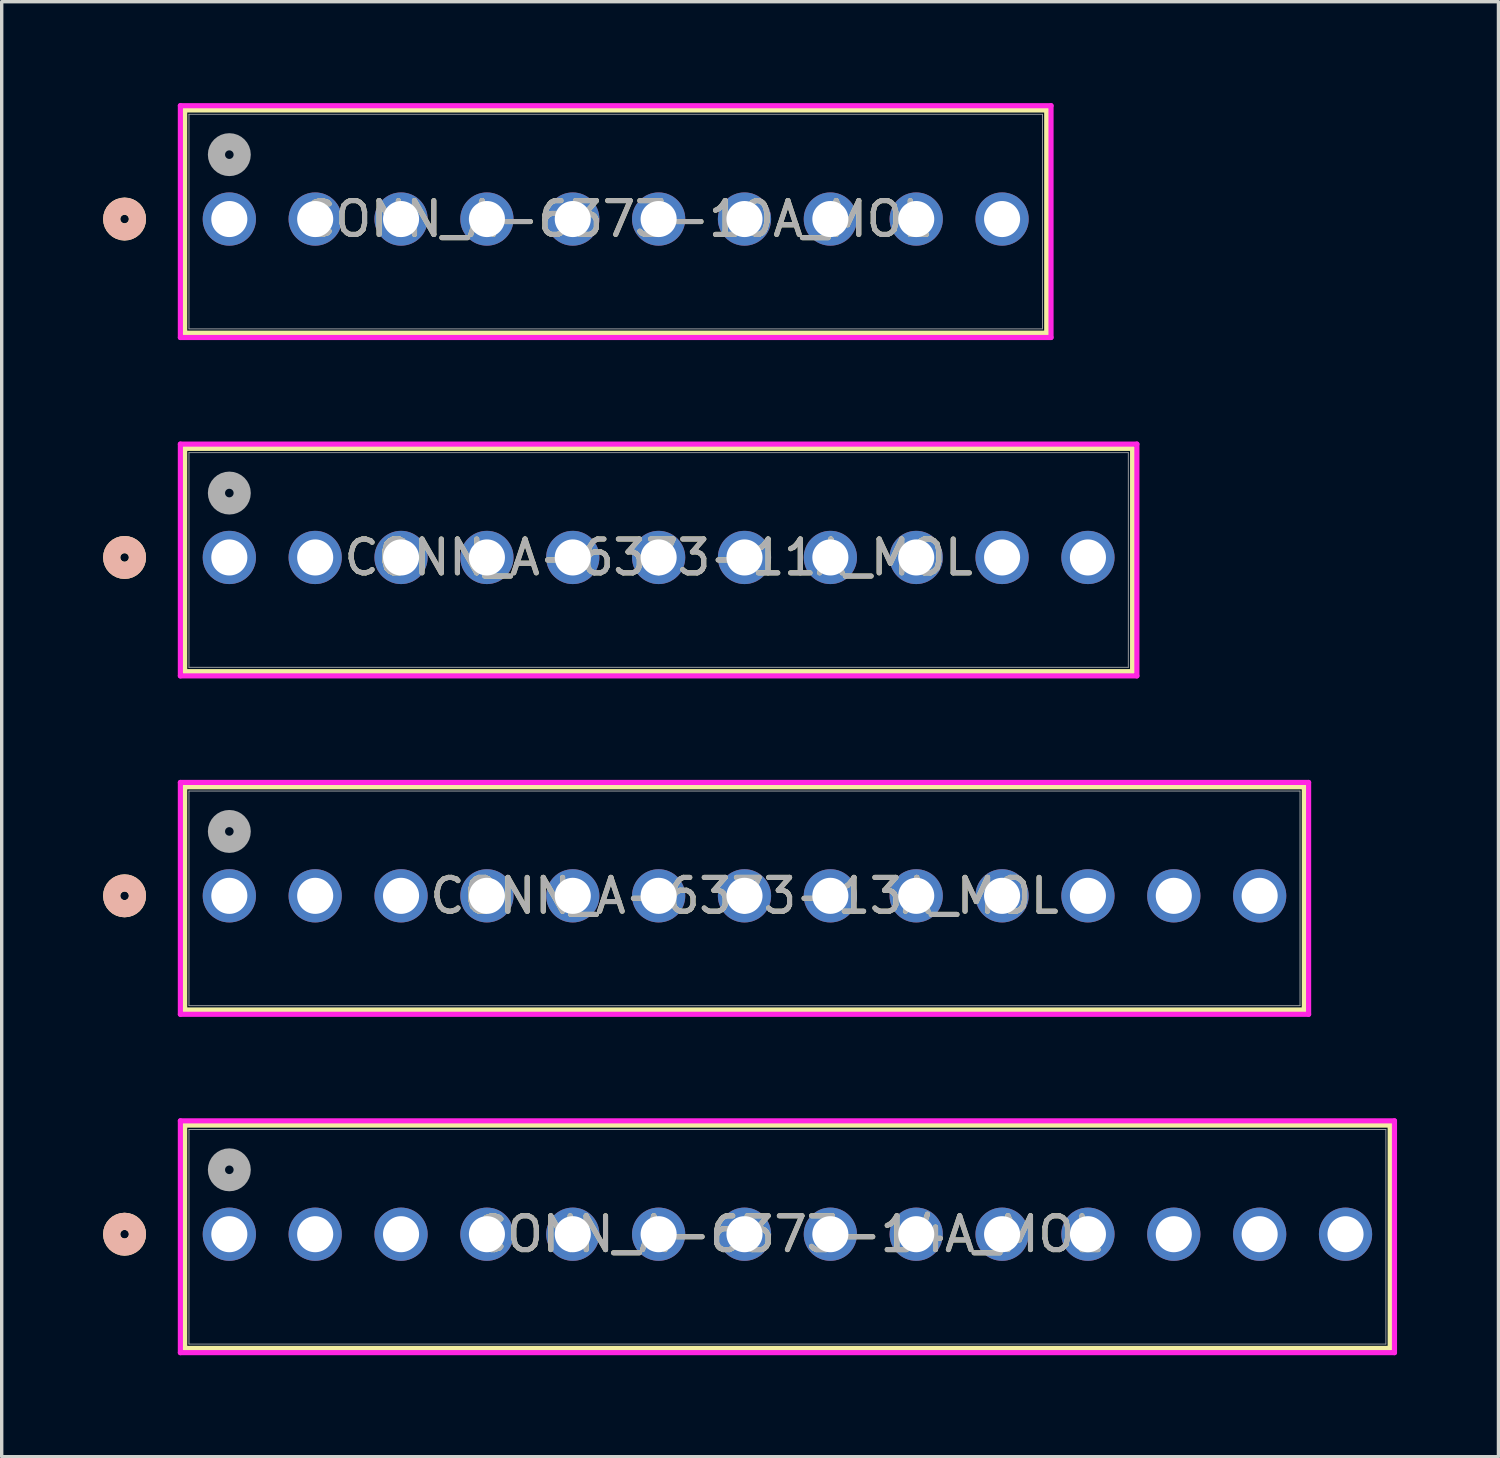
<source format=kicad_pcb>
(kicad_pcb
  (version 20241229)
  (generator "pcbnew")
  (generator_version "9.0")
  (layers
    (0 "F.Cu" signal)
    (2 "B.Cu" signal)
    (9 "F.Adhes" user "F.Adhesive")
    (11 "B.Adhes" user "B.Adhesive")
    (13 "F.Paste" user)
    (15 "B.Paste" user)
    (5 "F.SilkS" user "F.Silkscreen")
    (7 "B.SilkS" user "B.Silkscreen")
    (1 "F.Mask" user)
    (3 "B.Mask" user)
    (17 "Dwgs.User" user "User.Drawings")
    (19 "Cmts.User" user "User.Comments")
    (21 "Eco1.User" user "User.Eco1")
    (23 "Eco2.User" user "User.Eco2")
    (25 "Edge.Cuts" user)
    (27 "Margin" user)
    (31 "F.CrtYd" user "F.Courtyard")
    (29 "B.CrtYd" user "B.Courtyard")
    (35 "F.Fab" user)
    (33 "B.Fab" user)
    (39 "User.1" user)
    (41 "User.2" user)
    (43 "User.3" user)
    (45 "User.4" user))
  (footprint "CONN_A-6373-11A_MOL"
    (layer "F.Cu")
    (at 3.734 13.441)
    (property "Reference" "CONN_A-6373-11A_MOL" (at 12.7 0 0) (unlocked yes) (layer "F.SilkS") (effects (font (size 1 1) (thickness 0.15))))
    (attr through_hole)
    (fp_line (start -1.321 -3.227) (end -1.321 3.377) (stroke (width 0.152) (type solid)) (layer "F.SilkS"))
    (fp_line (start -1.321 3.377) (end 26.721 3.377) (stroke (width 0.152) (type solid)) (layer "F.SilkS"))
    (fp_line (start 26.721 -3.227) (end -1.321 -3.227) (stroke (width 0.152) (type solid)) (layer "F.SilkS"))
    (fp_line (start 26.721 3.377) (end 26.721 -3.227) (stroke (width 0.152) (type solid)) (layer "F.SilkS"))
    (fp_circle (center -3.099 0) (end -2.718 0) (stroke (width 0.508) (type solid)) (fill no) (layer "F.SilkS"))
    (fp_circle (center -3.099 0) (end -2.718 0) (stroke (width 0.508) (type solid)) (fill no) (layer "B.SilkS"))
    (fp_line (start -1.448 -3.354) (end -1.448 3.504) (stroke (width 0.152) (type solid)) (layer "F.CrtYd"))
    (fp_line (start -1.448 3.504) (end 26.848 3.504) (stroke (width 0.152) (type solid)) (layer "F.CrtYd"))
    (fp_line (start 26.848 -3.354) (end -1.448 -3.354) (stroke (width 0.152) (type solid)) (layer "F.CrtYd"))
    (fp_line (start 26.848 3.504) (end 26.848 -3.354) (stroke (width 0.152) (type solid)) (layer "F.CrtYd"))
    (fp_line (start -1.194 -3.1) (end -1.194 3.25) (stroke (width 0.025) (type solid)) (layer "F.Fab"))
    (fp_line (start -1.194 3.25) (end 26.594 3.25) (stroke (width 0.025) (type solid)) (layer "F.Fab"))
    (fp_line (start 26.594 -3.1) (end -1.194 -3.1) (stroke (width 0.025) (type solid)) (layer "F.Fab"))
    (fp_line (start 26.594 3.25) (end 26.594 -3.1) (stroke (width 0.025) (type solid)) (layer "F.Fab"))
    (fp_circle (center 0 -1.905) (end 0.381 -1.905) (stroke (width 0.508) (type solid)) (fill no) (layer "F.Fab"))
    (fp_text user "${REFERENCE}" (at 12.7 0 0) (unlocked yes) (layer "F.Fab") (effects (font (size 1 1) (thickness 0.15))))
    (pad "1" thru_hole circle (at 0 0) (size 1.575 1.575) (drill 1.067) (layers "*.Cu" "*.Mask"))
    (pad "2" thru_hole circle (at 2.54 0) (size 1.575 1.575) (drill 1.067) (layers "*.Cu" "*.Mask"))
    (pad "3" thru_hole circle (at 5.08 0) (size 1.575 1.575) (drill 1.067) (layers "*.Cu" "*.Mask"))
    (pad "4" thru_hole circle (at 7.62 0) (size 1.575 1.575) (drill 1.067) (layers "*.Cu" "*.Mask"))
    (pad "5" thru_hole circle (at 10.16 0) (size 1.575 1.575) (drill 1.067) (layers "*.Cu" "*.Mask"))
    (pad "6" thru_hole circle (at 12.7 0) (size 1.575 1.575) (drill 1.067) (layers "*.Cu" "*.Mask"))
    (pad "7" thru_hole circle (at 15.24 0) (size 1.575 1.575) (drill 1.067) (layers "*.Cu" "*.Mask"))
    (pad "8" thru_hole circle (at 17.78 0) (size 1.575 1.575) (drill 1.067) (layers "*.Cu" "*.Mask"))
    (pad "9" thru_hole circle (at 20.32 0) (size 1.575 1.575) (drill 1.067) (layers "*.Cu" "*.Mask"))
    (pad "10" thru_hole circle (at 22.86 0) (size 1.575 1.575) (drill 1.067) (layers "*.Cu" "*.Mask"))
    (pad "11" thru_hole circle (at 25.4 0) (size 1.575 1.575) (drill 1.067) (layers "*.Cu" "*.Mask")))
  (footprint "CONN_A-6373-13A_MOL"
    (layer "F.Cu")
    (at 3.734 23.451)
    (property "Reference" "CONN_A-6373-13A_MOL" (at 15.24 0 0) (unlocked yes) (layer "F.SilkS") (effects (font (size 1 1) (thickness 0.15))))
    (attr through_hole)
    (fp_line (start -1.321 -3.227) (end -1.321 3.377) (stroke (width 0.152) (type solid)) (layer "F.SilkS"))
    (fp_line (start -1.321 3.377) (end 31.801 3.377) (stroke (width 0.152) (type solid)) (layer "F.SilkS"))
    (fp_line (start 31.801 -3.227) (end -1.321 -3.227) (stroke (width 0.152) (type solid)) (layer "F.SilkS"))
    (fp_line (start 31.801 3.377) (end 31.801 -3.227) (stroke (width 0.152) (type solid)) (layer "F.SilkS"))
    (fp_circle (center -3.099 0) (end -2.718 0) (stroke (width 0.508) (type solid)) (fill no) (layer "F.SilkS"))
    (fp_circle (center -3.099 0) (end -2.718 0) (stroke (width 0.508) (type solid)) (fill no) (layer "B.SilkS"))
    (fp_line (start -1.448 -3.354) (end -1.448 3.504) (stroke (width 0.152) (type solid)) (layer "F.CrtYd"))
    (fp_line (start -1.448 3.504) (end 31.928 3.504) (stroke (width 0.152) (type solid)) (layer "F.CrtYd"))
    (fp_line (start 31.928 -3.354) (end -1.448 -3.354) (stroke (width 0.152) (type solid)) (layer "F.CrtYd"))
    (fp_line (start 31.928 3.504) (end 31.928 -3.354) (stroke (width 0.152) (type solid)) (layer "F.CrtYd"))
    (fp_line (start -1.194 -3.1) (end -1.194 3.25) (stroke (width 0.025) (type solid)) (layer "F.Fab"))
    (fp_line (start -1.194 3.25) (end 31.674 3.25) (stroke (width 0.025) (type solid)) (layer "F.Fab"))
    (fp_line (start 31.674 -3.1) (end -1.194 -3.1) (stroke (width 0.025) (type solid)) (layer "F.Fab"))
    (fp_line (start 31.674 3.25) (end 31.674 -3.1) (stroke (width 0.025) (type solid)) (layer "F.Fab"))
    (fp_circle (center 0 -1.905) (end 0.381 -1.905) (stroke (width 0.508) (type solid)) (fill no) (layer "F.Fab"))
    (fp_text user "${REFERENCE}" (at 15.24 0 0) (unlocked yes) (layer "F.Fab") (effects (font (size 1 1) (thickness 0.15))))
    (pad "1" thru_hole circle (at 0 0) (size 1.575 1.575) (drill 1.067) (layers "*.Cu" "*.Mask"))
    (pad "2" thru_hole circle (at 2.54 0) (size 1.575 1.575) (drill 1.067) (layers "*.Cu" "*.Mask"))
    (pad "3" thru_hole circle (at 5.08 0) (size 1.575 1.575) (drill 1.067) (layers "*.Cu" "*.Mask"))
    (pad "4" thru_hole circle (at 7.62 0) (size 1.575 1.575) (drill 1.067) (layers "*.Cu" "*.Mask"))
    (pad "5" thru_hole circle (at 10.16 0) (size 1.575 1.575) (drill 1.067) (layers "*.Cu" "*.Mask"))
    (pad "6" thru_hole circle (at 12.7 0) (size 1.575 1.575) (drill 1.067) (layers "*.Cu" "*.Mask"))
    (pad "7" thru_hole circle (at 15.24 0) (size 1.575 1.575) (drill 1.067) (layers "*.Cu" "*.Mask"))
    (pad "8" thru_hole circle (at 17.78 0) (size 1.575 1.575) (drill 1.067) (layers "*.Cu" "*.Mask"))
    (pad "9" thru_hole circle (at 20.32 0) (size 1.575 1.575) (drill 1.067) (layers "*.Cu" "*.Mask"))
    (pad "10" thru_hole circle (at 22.86 0) (size 1.575 1.575) (drill 1.067) (layers "*.Cu" "*.Mask"))
    (pad "11" thru_hole circle (at 25.4 0) (size 1.575 1.575) (drill 1.067) (layers "*.Cu" "*.Mask"))
    (pad "12" thru_hole circle (at 27.94 0) (size 1.575 1.575) (drill 1.067) (layers "*.Cu" "*.Mask"))
    (pad "13" thru_hole circle (at 30.48 0) (size 1.575 1.575) (drill 1.067) (layers "*.Cu" "*.Mask")))
  (footprint "CONN_A-6373-14A_MOL"
    (layer "F.Cu")
    (at 3.734 33.461)
    (property "Reference" "CONN_A-6373-14A_MOL" (at 16.51 0 0) (unlocked yes) (layer "F.SilkS") (effects (font (size 1 1) (thickness 0.15))))
    (attr through_hole)
    (fp_line (start -1.321 -3.227) (end -1.321 3.377) (stroke (width 0.152) (type solid)) (layer "F.SilkS"))
    (fp_line (start -1.321 3.377) (end 34.341 3.377) (stroke (width 0.152) (type solid)) (layer "F.SilkS"))
    (fp_line (start 34.341 -3.227) (end -1.321 -3.227) (stroke (width 0.152) (type solid)) (layer "F.SilkS"))
    (fp_line (start 34.341 3.377) (end 34.341 -3.227) (stroke (width 0.152) (type solid)) (layer "F.SilkS"))
    (fp_circle (center -3.099 0) (end -2.718 0) (stroke (width 0.508) (type solid)) (fill no) (layer "F.SilkS"))
    (fp_circle (center -3.099 0) (end -2.718 0) (stroke (width 0.508) (type solid)) (fill no) (layer "B.SilkS"))
    (fp_line (start -1.448 -3.354) (end -1.448 3.504) (stroke (width 0.152) (type solid)) (layer "F.CrtYd"))
    (fp_line (start -1.448 3.504) (end 34.468 3.504) (stroke (width 0.152) (type solid)) (layer "F.CrtYd"))
    (fp_line (start 34.468 -3.354) (end -1.448 -3.354) (stroke (width 0.152) (type solid)) (layer "F.CrtYd"))
    (fp_line (start 34.468 3.504) (end 34.468 -3.354) (stroke (width 0.152) (type solid)) (layer "F.CrtYd"))
    (fp_line (start -1.194 -3.1) (end -1.194 3.25) (stroke (width 0.025) (type solid)) (layer "F.Fab"))
    (fp_line (start -1.194 3.25) (end 34.214 3.25) (stroke (width 0.025) (type solid)) (layer "F.Fab"))
    (fp_line (start 34.214 -3.1) (end -1.194 -3.1) (stroke (width 0.025) (type solid)) (layer "F.Fab"))
    (fp_line (start 34.214 3.25) (end 34.214 -3.1) (stroke (width 0.025) (type solid)) (layer "F.Fab"))
    (fp_circle (center 0 -1.905) (end 0.381 -1.905) (stroke (width 0.508) (type solid)) (fill no) (layer "F.Fab"))
    (fp_text user "${REFERENCE}" (at 16.51 0 0) (unlocked yes) (layer "F.Fab") (effects (font (size 1 1) (thickness 0.15))))
    (pad "1" thru_hole circle (at 0 0) (size 1.575 1.575) (drill 1.067) (layers "*.Cu" "*.Mask"))
    (pad "2" thru_hole circle (at 2.54 0) (size 1.575 1.575) (drill 1.067) (layers "*.Cu" "*.Mask"))
    (pad "3" thru_hole circle (at 5.08 0) (size 1.575 1.575) (drill 1.067) (layers "*.Cu" "*.Mask"))
    (pad "4" thru_hole circle (at 7.62 0) (size 1.575 1.575) (drill 1.067) (layers "*.Cu" "*.Mask"))
    (pad "5" thru_hole circle (at 10.16 0) (size 1.575 1.575) (drill 1.067) (layers "*.Cu" "*.Mask"))
    (pad "6" thru_hole circle (at 12.7 0) (size 1.575 1.575) (drill 1.067) (layers "*.Cu" "*.Mask"))
    (pad "7" thru_hole circle (at 15.24 0) (size 1.575 1.575) (drill 1.067) (layers "*.Cu" "*.Mask"))
    (pad "8" thru_hole circle (at 17.78 0) (size 1.575 1.575) (drill 1.067) (layers "*.Cu" "*.Mask"))
    (pad "9" thru_hole circle (at 20.32 0) (size 1.575 1.575) (drill 1.067) (layers "*.Cu" "*.Mask"))
    (pad "10" thru_hole circle (at 22.86 0) (size 1.575 1.575) (drill 1.067) (layers "*.Cu" "*.Mask"))
    (pad "11" thru_hole circle (at 25.4 0) (size 1.575 1.575) (drill 1.067) (layers "*.Cu" "*.Mask"))
    (pad "12" thru_hole circle (at 27.94 0) (size 1.575 1.575) (drill 1.067) (layers "*.Cu" "*.Mask"))
    (pad "13" thru_hole circle (at 30.48 0) (size 1.575 1.575) (drill 1.067) (layers "*.Cu" "*.Mask"))
    (pad "14" thru_hole circle (at 33.02 0) (size 1.575 1.575) (drill 1.067) (layers "*.Cu" "*.Mask")))
  (footprint "CONN_A-6373-10A_MOL"
    (layer "F.Cu")
    (at 3.734 3.43)
    (property "Reference" "CONN_A-6373-10A_MOL" (at 11.43 0 0) (unlocked yes) (layer "F.SilkS") (effects (font (size 1 1) (thickness 0.15))))
    (attr through_hole)
    (fp_line (start -1.321 -3.227) (end -1.321 3.377) (stroke (width 0.152) (type solid)) (layer "F.SilkS"))
    (fp_line (start -1.321 3.377) (end 24.181 3.377) (stroke (width 0.152) (type solid)) (layer "F.SilkS"))
    (fp_line (start 24.181 -3.227) (end -1.321 -3.227) (stroke (width 0.152) (type solid)) (layer "F.SilkS"))
    (fp_line (start 24.181 3.377) (end 24.181 -3.227) (stroke (width 0.152) (type solid)) (layer "F.SilkS"))
    (fp_circle (center -3.099 0) (end -2.718 0) (stroke (width 0.508) (type solid)) (fill no) (layer "F.SilkS"))
    (fp_circle (center -3.099 0) (end -2.718 0) (stroke (width 0.508) (type solid)) (fill no) (layer "B.SilkS"))
    (fp_line (start -1.448 -3.354) (end -1.448 3.504) (stroke (width 0.152) (type solid)) (layer "F.CrtYd"))
    (fp_line (start -1.448 3.504) (end 24.308 3.504) (stroke (width 0.152) (type solid)) (layer "F.CrtYd"))
    (fp_line (start 24.308 -3.354) (end -1.448 -3.354) (stroke (width 0.152) (type solid)) (layer "F.CrtYd"))
    (fp_line (start 24.308 3.504) (end 24.308 -3.354) (stroke (width 0.152) (type solid)) (layer "F.CrtYd"))
    (fp_line (start -1.194 -3.1) (end -1.194 3.25) (stroke (width 0.025) (type solid)) (layer "F.Fab"))
    (fp_line (start -1.194 3.25) (end 24.054 3.25) (stroke (width 0.025) (type solid)) (layer "F.Fab"))
    (fp_line (start 24.054 -3.1) (end -1.194 -3.1) (stroke (width 0.025) (type solid)) (layer "F.Fab"))
    (fp_line (start 24.054 3.25) (end 24.054 -3.1) (stroke (width 0.025) (type solid)) (layer "F.Fab"))
    (fp_circle (center 0 -1.905) (end 0.381 -1.905) (stroke (width 0.508) (type solid)) (fill no) (layer "F.Fab"))
    (fp_text user "${REFERENCE}" (at 11.43 0 0) (unlocked yes) (layer "F.Fab") (effects (font (size 1 1) (thickness 0.15))))
    (pad "1" thru_hole circle (at 0 0) (size 1.575 1.575) (drill 1.067) (layers "*.Cu" "*.Mask"))
    (pad "2" thru_hole circle (at 2.54 0) (size 1.575 1.575) (drill 1.067) (layers "*.Cu" "*.Mask"))
    (pad "3" thru_hole circle (at 5.08 0) (size 1.575 1.575) (drill 1.067) (layers "*.Cu" "*.Mask"))
    (pad "4" thru_hole circle (at 7.62 0) (size 1.575 1.575) (drill 1.067) (layers "*.Cu" "*.Mask"))
    (pad "5" thru_hole circle (at 10.16 0) (size 1.575 1.575) (drill 1.067) (layers "*.Cu" "*.Mask"))
    (pad "6" thru_hole circle (at 12.7 0) (size 1.575 1.575) (drill 1.067) (layers "*.Cu" "*.Mask"))
    (pad "7" thru_hole circle (at 15.24 0) (size 1.575 1.575) (drill 1.067) (layers "*.Cu" "*.Mask"))
    (pad "8" thru_hole circle (at 17.78 0) (size 1.575 1.575) (drill 1.067) (layers "*.Cu" "*.Mask"))
    (pad "9" thru_hole circle (at 20.32 0) (size 1.575 1.575) (drill 1.067) (layers "*.Cu" "*.Mask"))
    (pad "10" thru_hole circle (at 22.86 0) (size 1.575 1.575) (drill 1.067) (layers "*.Cu" "*.Mask")))
  (gr_rect
    (start -3 -3)
    (end 41.278 40.042)
    (stroke (width 0.1) (type default))
    (fill no)
    (layer "Edge.Cuts")))
</source>
